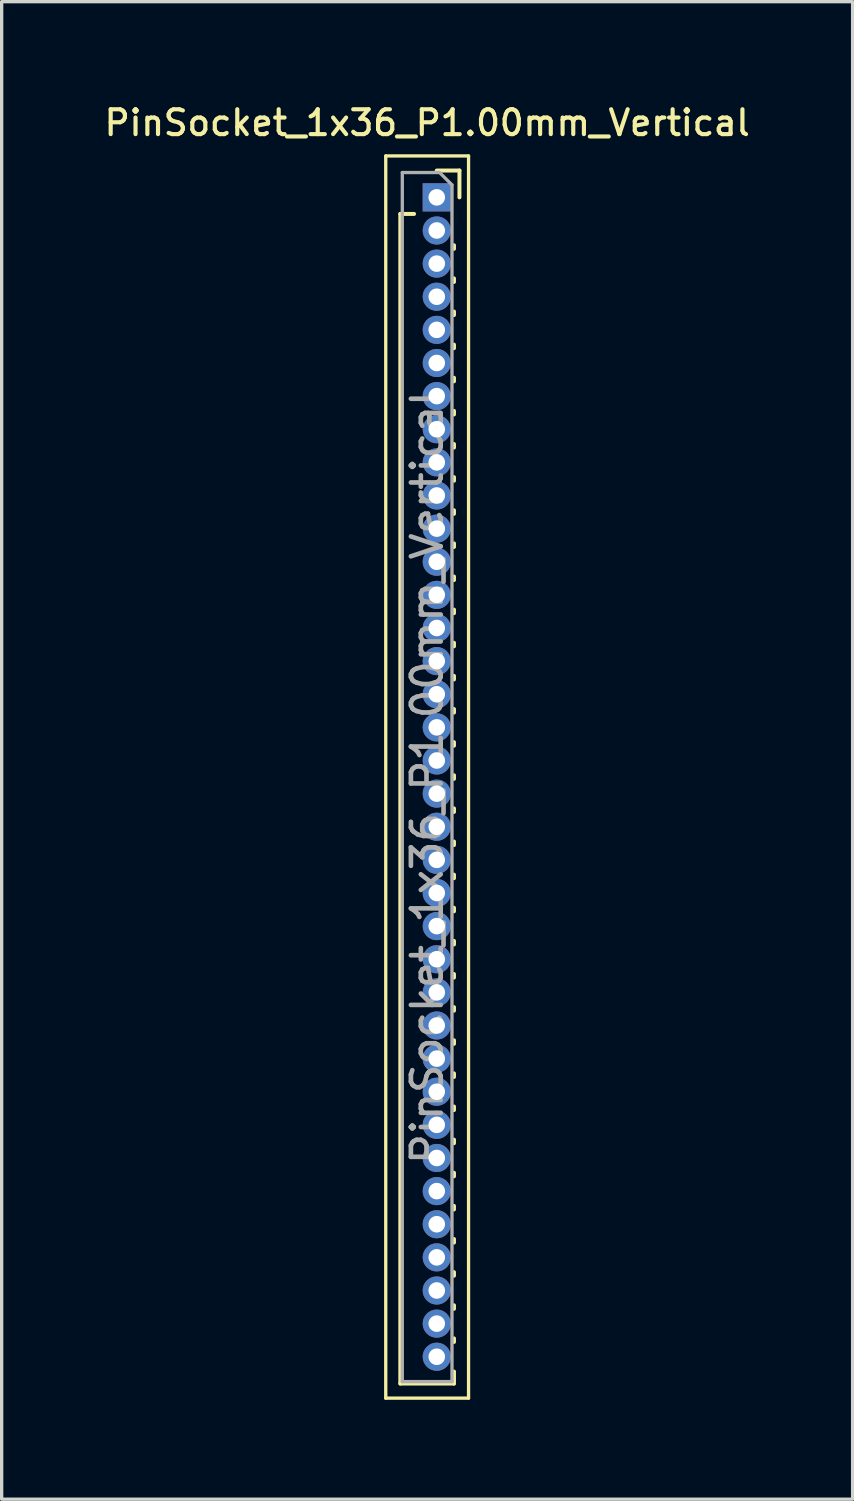
<source format=kicad_pcb>
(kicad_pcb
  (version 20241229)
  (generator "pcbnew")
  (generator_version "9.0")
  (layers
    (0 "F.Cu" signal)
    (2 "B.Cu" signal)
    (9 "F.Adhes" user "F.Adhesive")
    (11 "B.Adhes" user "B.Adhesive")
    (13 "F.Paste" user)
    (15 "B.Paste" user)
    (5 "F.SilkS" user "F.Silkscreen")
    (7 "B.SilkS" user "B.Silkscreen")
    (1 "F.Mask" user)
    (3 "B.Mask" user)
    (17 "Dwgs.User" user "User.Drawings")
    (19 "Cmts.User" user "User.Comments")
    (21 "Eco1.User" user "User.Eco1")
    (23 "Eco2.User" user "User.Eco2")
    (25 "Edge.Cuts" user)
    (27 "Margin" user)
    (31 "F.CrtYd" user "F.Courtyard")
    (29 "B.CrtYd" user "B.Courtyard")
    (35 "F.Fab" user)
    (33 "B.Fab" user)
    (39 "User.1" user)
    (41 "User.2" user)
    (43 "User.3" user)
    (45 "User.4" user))
  (footprint "PinSocket_1x36_P1.00mm_Vertical"
    (layer "F.Cu")
    (at 10.135 2.908)
    (property "Reference" "PinSocket_1x36_P1.00mm_Vertical" (at -0.29 -2.25 0) (layer "F.SilkS") (effects (font (size 0.75 0.75) (thickness 0.125))))
    (attr through_hole)
    (fp_line (start -1.54 -1.25) (end 0.96 -1.25) (stroke (width 0.1) (type solid)) (layer "F.SilkS"))
    (fp_line (start -1.54 36.25) (end -1.54 -1.25) (stroke (width 0.1) (type solid)) (layer "F.SilkS"))
    (fp_line (start -1.1 0.5) (end -1.1 35.81) (stroke (width 0.12) (type solid)) (layer "F.SilkS"))
    (fp_line (start -1.1 0.5) (end -0.685 0.5) (stroke (width 0.12) (type solid)) (layer "F.SilkS"))
    (fp_line (start -1.1 35.81) (end 0.52 35.81) (stroke (width 0.12) (type solid)) (layer "F.SilkS"))
    (fp_line (start 0 -0.81) (end 0.685 -0.81) (stroke (width 0.12) (type solid)) (layer "F.SilkS"))
    (fp_line (start 0.52 1.446) (end 0.52 1.554) (stroke (width 0.12) (type solid)) (layer "F.SilkS"))
    (fp_line (start 0.52 2.446) (end 0.52 2.554) (stroke (width 0.12) (type solid)) (layer "F.SilkS"))
    (fp_line (start 0.52 3.446) (end 0.52 3.554) (stroke (width 0.12) (type solid)) (layer "F.SilkS"))
    (fp_line (start 0.52 4.446) (end 0.52 4.554) (stroke (width 0.12) (type solid)) (layer "F.SilkS"))
    (fp_line (start 0.52 5.446) (end 0.52 5.554) (stroke (width 0.12) (type solid)) (layer "F.SilkS"))
    (fp_line (start 0.52 6.446) (end 0.52 6.554) (stroke (width 0.12) (type solid)) (layer "F.SilkS"))
    (fp_line (start 0.52 7.446) (end 0.52 7.554) (stroke (width 0.12) (type solid)) (layer "F.SilkS"))
    (fp_line (start 0.52 8.446) (end 0.52 8.554) (stroke (width 0.12) (type solid)) (layer "F.SilkS"))
    (fp_line (start 0.52 9.446) (end 0.52 9.554) (stroke (width 0.12) (type solid)) (layer "F.SilkS"))
    (fp_line (start 0.52 10.446) (end 0.52 10.554) (stroke (width 0.12) (type solid)) (layer "F.SilkS"))
    (fp_line (start 0.52 11.446) (end 0.52 11.554) (stroke (width 0.12) (type solid)) (layer "F.SilkS"))
    (fp_line (start 0.52 12.446) (end 0.52 12.554) (stroke (width 0.12) (type solid)) (layer "F.SilkS"))
    (fp_line (start 0.52 13.446) (end 0.52 13.554) (stroke (width 0.12) (type solid)) (layer "F.SilkS"))
    (fp_line (start 0.52 14.446) (end 0.52 14.554) (stroke (width 0.12) (type solid)) (layer "F.SilkS"))
    (fp_line (start 0.52 15.446) (end 0.52 15.554) (stroke (width 0.12) (type solid)) (layer "F.SilkS"))
    (fp_line (start 0.52 16.446) (end 0.52 16.554) (stroke (width 0.12) (type solid)) (layer "F.SilkS"))
    (fp_line (start 0.52 17.446) (end 0.52 17.554) (stroke (width 0.12) (type solid)) (layer "F.SilkS"))
    (fp_line (start 0.52 18.446) (end 0.52 18.554) (stroke (width 0.12) (type solid)) (layer "F.SilkS"))
    (fp_line (start 0.52 19.446) (end 0.52 19.554) (stroke (width 0.12) (type solid)) (layer "F.SilkS"))
    (fp_line (start 0.52 20.446) (end 0.52 20.554) (stroke (width 0.12) (type solid)) (layer "F.SilkS"))
    (fp_line (start 0.52 21.446) (end 0.52 21.554) (stroke (width 0.12) (type solid)) (layer "F.SilkS"))
    (fp_line (start 0.52 22.446) (end 0.52 22.554) (stroke (width 0.12) (type solid)) (layer "F.SilkS"))
    (fp_line (start 0.52 23.446) (end 0.52 23.554) (stroke (width 0.12) (type solid)) (layer "F.SilkS"))
    (fp_line (start 0.52 24.446) (end 0.52 24.554) (stroke (width 0.12) (type solid)) (layer "F.SilkS"))
    (fp_line (start 0.52 25.446) (end 0.52 25.554) (stroke (width 0.12) (type solid)) (layer "F.SilkS"))
    (fp_line (start 0.52 26.446) (end 0.52 26.554) (stroke (width 0.12) (type solid)) (layer "F.SilkS"))
    (fp_line (start 0.52 27.446) (end 0.52 27.554) (stroke (width 0.12) (type solid)) (layer "F.SilkS"))
    (fp_line (start 0.52 28.446) (end 0.52 28.554) (stroke (width 0.12) (type solid)) (layer "F.SilkS"))
    (fp_line (start 0.52 29.446) (end 0.52 29.554) (stroke (width 0.12) (type solid)) (layer "F.SilkS"))
    (fp_line (start 0.52 30.446) (end 0.52 30.554) (stroke (width 0.12) (type solid)) (layer "F.SilkS"))
    (fp_line (start 0.52 31.446) (end 0.52 31.554) (stroke (width 0.12) (type solid)) (layer "F.SilkS"))
    (fp_line (start 0.52 32.446) (end 0.52 32.554) (stroke (width 0.12) (type solid)) (layer "F.SilkS"))
    (fp_line (start 0.52 33.446) (end 0.52 33.554) (stroke (width 0.12) (type solid)) (layer "F.SilkS"))
    (fp_line (start 0.52 34.446) (end 0.52 34.554) (stroke (width 0.12) (type solid)) (layer "F.SilkS"))
    (fp_line (start 0.52 35.446) (end 0.52 35.81) (stroke (width 0.12) (type solid)) (layer "F.SilkS"))
    (fp_line (start 0.685 -0.81) (end 0.685 0) (stroke (width 0.12) (type solid)) (layer "F.SilkS"))
    (fp_line (start 0.96 -1.25) (end 0.96 36.25) (stroke (width 0.1) (type solid)) (layer "F.SilkS"))
    (fp_line (start 0.96 36.25) (end -1.54 36.25) (stroke (width 0.1) (type solid)) (layer "F.SilkS"))
    (fp_line (start -1.04 -0.75) (end 0.085 -0.75) (stroke (width 0.1) (type solid)) (layer "F.Fab"))
    (fp_line (start -1.04 35.75) (end -1.04 -0.75) (stroke (width 0.1) (type solid)) (layer "F.Fab"))
    (fp_line (start 0.085 -0.75) (end 0.46 -0.375) (stroke (width 0.1) (type solid)) (layer "F.Fab"))
    (fp_line (start 0.46 -0.375) (end 0.46 35.75) (stroke (width 0.1) (type solid)) (layer "F.Fab"))
    (fp_line (start 0.46 35.75) (end -1.04 35.75) (stroke (width 0.1) (type solid)) (layer "F.Fab"))
    (fp_text user "${REFERENCE}" (at -0.29 17.5 90) (layer "F.Fab") (effects (font (size 0.9 0.9) (thickness 0.14))))
    (pad "1" thru_hole rect (at 0 0) (size 0.85 0.85) (drill 0.5) (layers "*.Cu" "*.Mask"))
    (pad "2" thru_hole oval (at 0 1) (size 0.85 0.85) (drill 0.5) (layers "*.Cu" "*.Mask"))
    (pad "3" thru_hole oval (at 0 2) (size 0.85 0.85) (drill 0.5) (layers "*.Cu" "*.Mask"))
    (pad "4" thru_hole oval (at 0 3) (size 0.85 0.85) (drill 0.5) (layers "*.Cu" "*.Mask"))
    (pad "5" thru_hole oval (at 0 4) (size 0.85 0.85) (drill 0.5) (layers "*.Cu" "*.Mask"))
    (pad "6" thru_hole oval (at 0 5) (size 0.85 0.85) (drill 0.5) (layers "*.Cu" "*.Mask"))
    (pad "7" thru_hole oval (at 0 6) (size 0.85 0.85) (drill 0.5) (layers "*.Cu" "*.Mask"))
    (pad "8" thru_hole oval (at 0 7) (size 0.85 0.85) (drill 0.5) (layers "*.Cu" "*.Mask"))
    (pad "9" thru_hole oval (at 0 8) (size 0.85 0.85) (drill 0.5) (layers "*.Cu" "*.Mask"))
    (pad "10" thru_hole oval (at 0 9) (size 0.85 0.85) (drill 0.5) (layers "*.Cu" "*.Mask"))
    (pad "11" thru_hole oval (at 0 10) (size 0.85 0.85) (drill 0.5) (layers "*.Cu" "*.Mask"))
    (pad "12" thru_hole oval (at 0 11) (size 0.85 0.85) (drill 0.5) (layers "*.Cu" "*.Mask"))
    (pad "13" thru_hole oval (at 0 12) (size 0.85 0.85) (drill 0.5) (layers "*.Cu" "*.Mask"))
    (pad "14" thru_hole oval (at 0 13) (size 0.85 0.85) (drill 0.5) (layers "*.Cu" "*.Mask"))
    (pad "15" thru_hole oval (at 0 14) (size 0.85 0.85) (drill 0.5) (layers "*.Cu" "*.Mask"))
    (pad "16" thru_hole oval (at 0 15) (size 0.85 0.85) (drill 0.5) (layers "*.Cu" "*.Mask"))
    (pad "17" thru_hole oval (at 0 16) (size 0.85 0.85) (drill 0.5) (layers "*.Cu" "*.Mask"))
    (pad "18" thru_hole oval (at 0 17) (size 0.85 0.85) (drill 0.5) (layers "*.Cu" "*.Mask"))
    (pad "19" thru_hole oval (at 0 18) (size 0.85 0.85) (drill 0.5) (layers "*.Cu" "*.Mask"))
    (pad "20" thru_hole oval (at 0 19) (size 0.85 0.85) (drill 0.5) (layers "*.Cu" "*.Mask"))
    (pad "21" thru_hole oval (at 0 20) (size 0.85 0.85) (drill 0.5) (layers "*.Cu" "*.Mask"))
    (pad "22" thru_hole oval (at 0 21) (size 0.85 0.85) (drill 0.5) (layers "*.Cu" "*.Mask"))
    (pad "23" thru_hole oval (at 0 22) (size 0.85 0.85) (drill 0.5) (layers "*.Cu" "*.Mask"))
    (pad "24" thru_hole oval (at 0 23) (size 0.85 0.85) (drill 0.5) (layers "*.Cu" "*.Mask"))
    (pad "25" thru_hole oval (at 0 24) (size 0.85 0.85) (drill 0.5) (layers "*.Cu" "*.Mask"))
    (pad "26" thru_hole oval (at 0 25) (size 0.85 0.85) (drill 0.5) (layers "*.Cu" "*.Mask"))
    (pad "27" thru_hole oval (at 0 26) (size 0.85 0.85) (drill 0.5) (layers "*.Cu" "*.Mask"))
    (pad "28" thru_hole oval (at 0 27) (size 0.85 0.85) (drill 0.5) (layers "*.Cu" "*.Mask"))
    (pad "29" thru_hole oval (at 0 28) (size 0.85 0.85) (drill 0.5) (layers "*.Cu" "*.Mask"))
    (pad "30" thru_hole oval (at 0 29) (size 0.85 0.85) (drill 0.5) (layers "*.Cu" "*.Mask"))
    (pad "31" thru_hole oval (at 0 30) (size 0.85 0.85) (drill 0.5) (layers "*.Cu" "*.Mask"))
    (pad "32" thru_hole oval (at 0 31) (size 0.85 0.85) (drill 0.5) (layers "*.Cu" "*.Mask"))
    (pad "33" thru_hole oval (at 0 32) (size 0.85 0.85) (drill 0.5) (layers "*.Cu" "*.Mask"))
    (pad "34" thru_hole oval (at 0 33) (size 0.85 0.85) (drill 0.5) (layers "*.Cu" "*.Mask"))
    (pad "35" thru_hole oval (at 0 34) (size 0.85 0.85) (drill 0.5) (layers "*.Cu" "*.Mask"))
    (pad "36" thru_hole oval (at 0 35) (size 0.85 0.85) (drill 0.5) (layers "*.Cu" "*.Mask")))
  (gr_rect
    (start -3 -3)
    (end 22.689 42.208)
    (stroke (width 0.1) (type default))
    (fill no)
    (layer "Edge.Cuts")))
</source>
